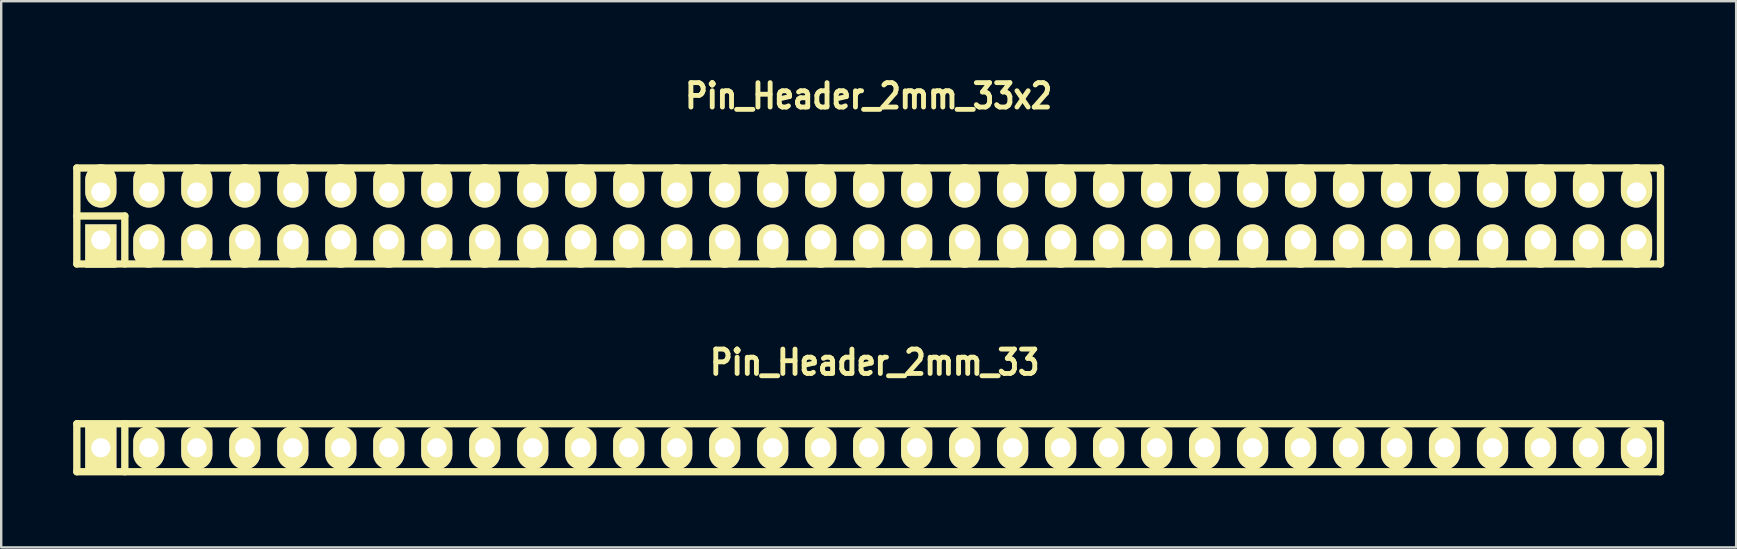
<source format=kicad_pcb>
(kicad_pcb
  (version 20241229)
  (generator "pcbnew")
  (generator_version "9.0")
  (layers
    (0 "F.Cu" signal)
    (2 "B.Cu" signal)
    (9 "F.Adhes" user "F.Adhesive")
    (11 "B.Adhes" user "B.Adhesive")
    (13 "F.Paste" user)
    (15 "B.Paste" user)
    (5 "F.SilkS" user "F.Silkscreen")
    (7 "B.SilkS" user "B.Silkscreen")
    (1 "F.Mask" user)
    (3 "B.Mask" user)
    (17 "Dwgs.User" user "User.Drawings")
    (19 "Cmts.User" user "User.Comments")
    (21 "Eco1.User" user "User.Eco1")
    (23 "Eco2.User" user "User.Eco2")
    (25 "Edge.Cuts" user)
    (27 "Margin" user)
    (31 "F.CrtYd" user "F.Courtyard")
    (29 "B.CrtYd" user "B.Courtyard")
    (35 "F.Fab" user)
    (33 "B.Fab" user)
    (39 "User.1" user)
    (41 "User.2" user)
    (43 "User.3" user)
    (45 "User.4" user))
  (footprint "Pin_Header_2mm_33x2"
    (layer "F.Cu")
    (at 33.152 5.951)
    (property "Reference" "Pin_Header_2mm_33x2" (at 0 -5 0) (layer "F.SilkS") (effects (font (size 1.016 0.889) (thickness 0.203))))
    (attr through_hole)
    (fp_line (start -33 -2) (end 33 -2) (stroke (width 0.305) (type solid)) (layer "F.SilkS"))
    (fp_line (start -33 0) (end -31 0) (stroke (width 0.305) (type solid)) (layer "F.SilkS"))
    (fp_line (start -33 2) (end -33 -2) (stroke (width 0.305) (type solid)) (layer "F.SilkS"))
    (fp_line (start -31 0) (end -31 2) (stroke (width 0.305) (type solid)) (layer "F.SilkS"))
    (fp_line (start 33 -2) (end 33 2) (stroke (width 0.305) (type solid)) (layer "F.SilkS"))
    (fp_line (start 33 2) (end -33 2) (stroke (width 0.305) (type solid)) (layer "F.SilkS"))
    (pad "1" thru_hole rect (at -32 1) (size 1.3 1.8) (drill 0.8 (offset 0 0.25)) (layers "*.Cu" "*.Mask" "F.SilkS"))
    (pad "2" thru_hole oval (at -32 -1) (size 1.3 1.8) (drill 0.8 (offset 0 -0.25)) (layers "*.Cu" "*.Mask" "F.SilkS"))
    (pad "3" thru_hole oval (at -30 1) (size 1.3 1.8) (drill 0.8 (offset 0 0.25)) (layers "*.Cu" "*.Mask" "F.SilkS"))
    (pad "4" thru_hole oval (at -30 -1) (size 1.3 1.8) (drill 0.8 (offset 0 -0.25)) (layers "*.Cu" "*.Mask" "F.SilkS"))
    (pad "5" thru_hole oval (at -28 1) (size 1.3 1.8) (drill 0.8 (offset 0 0.25)) (layers "*.Cu" "*.Mask" "F.SilkS"))
    (pad "6" thru_hole oval (at -28 -1) (size 1.3 1.8) (drill 0.8 (offset 0 -0.25)) (layers "*.Cu" "*.Mask" "F.SilkS"))
    (pad "7" thru_hole oval (at -26 1) (size 1.3 1.8) (drill 0.8 (offset 0 0.25)) (layers "*.Cu" "*.Mask" "F.SilkS"))
    (pad "8" thru_hole oval (at -26 -1) (size 1.3 1.8) (drill 0.8 (offset 0 -0.25)) (layers "*.Cu" "*.Mask" "F.SilkS"))
    (pad "9" thru_hole oval (at -24 1) (size 1.3 1.8) (drill 0.8 (offset 0 0.25)) (layers "*.Cu" "*.Mask" "F.SilkS"))
    (pad "10" thru_hole oval (at -24 -1) (size 1.3 1.8) (drill 0.8 (offset 0 -0.25)) (layers "*.Cu" "*.Mask" "F.SilkS"))
    (pad "11" thru_hole oval (at -22 1) (size 1.3 1.8) (drill 0.8 (offset 0 0.25)) (layers "*.Cu" "*.Mask" "F.SilkS"))
    (pad "12" thru_hole oval (at -22 -1) (size 1.3 1.8) (drill 0.8 (offset 0 -0.25)) (layers "*.Cu" "*.Mask" "F.SilkS"))
    (pad "13" thru_hole oval (at -20 1) (size 1.3 1.8) (drill 0.8 (offset 0 0.25)) (layers "*.Cu" "*.Mask" "F.SilkS"))
    (pad "14" thru_hole oval (at -20 -1) (size 1.3 1.8) (drill 0.8 (offset 0 -0.25)) (layers "*.Cu" "*.Mask" "F.SilkS"))
    (pad "15" thru_hole oval (at -18 1) (size 1.3 1.8) (drill 0.8 (offset 0 0.25)) (layers "*.Cu" "*.Mask" "F.SilkS"))
    (pad "16" thru_hole oval (at -18 -1) (size 1.3 1.8) (drill 0.8 (offset 0 -0.25)) (layers "*.Cu" "*.Mask" "F.SilkS"))
    (pad "17" thru_hole oval (at -16 1) (size 1.3 1.8) (drill 0.8 (offset 0 0.25)) (layers "*.Cu" "*.Mask" "F.SilkS"))
    (pad "18" thru_hole oval (at -16 -1) (size 1.3 1.8) (drill 0.8 (offset 0 -0.25)) (layers "*.Cu" "*.Mask" "F.SilkS"))
    (pad "19" thru_hole oval (at -14 1) (size 1.3 1.8) (drill 0.8 (offset 0 0.25)) (layers "*.Cu" "*.Mask" "F.SilkS"))
    (pad "20" thru_hole oval (at -14 -1) (size 1.3 1.8) (drill 0.8 (offset 0 -0.25)) (layers "*.Cu" "*.Mask" "F.SilkS"))
    (pad "21" thru_hole oval (at -12 1) (size 1.3 1.8) (drill 0.8 (offset 0 0.25)) (layers "*.Cu" "*.Mask" "F.SilkS"))
    (pad "22" thru_hole oval (at -12 -1) (size 1.3 1.8) (drill 0.8 (offset 0 -0.25)) (layers "*.Cu" "*.Mask" "F.SilkS"))
    (pad "23" thru_hole oval (at -10 1) (size 1.3 1.8) (drill 0.8 (offset 0 0.25)) (layers "*.Cu" "*.Mask" "F.SilkS"))
    (pad "24" thru_hole oval (at -10 -1) (size 1.3 1.8) (drill 0.8 (offset 0 -0.25)) (layers "*.Cu" "*.Mask" "F.SilkS"))
    (pad "25" thru_hole oval (at -8 1) (size 1.3 1.8) (drill 0.8 (offset 0 0.25)) (layers "*.Cu" "*.Mask" "F.SilkS"))
    (pad "26" thru_hole oval (at -8 -1) (size 1.3 1.8) (drill 0.8 (offset 0 -0.25)) (layers "*.Cu" "*.Mask" "F.SilkS"))
    (pad "27" thru_hole oval (at -6 1) (size 1.3 1.8) (drill 0.8 (offset 0 0.25)) (layers "*.Cu" "*.Mask" "F.SilkS"))
    (pad "28" thru_hole oval (at -6 -1) (size 1.3 1.8) (drill 0.8 (offset 0 -0.25)) (layers "*.Cu" "*.Mask" "F.SilkS"))
    (pad "29" thru_hole oval (at -4 1) (size 1.3 1.8) (drill 0.8 (offset 0 0.25)) (layers "*.Cu" "*.Mask" "F.SilkS"))
    (pad "30" thru_hole oval (at -4 -1) (size 1.3 1.8) (drill 0.8 (offset 0 -0.25)) (layers "*.Cu" "*.Mask" "F.SilkS"))
    (pad "31" thru_hole oval (at -2 1) (size 1.3 1.8) (drill 0.8 (offset 0 0.25)) (layers "*.Cu" "*.Mask" "F.SilkS"))
    (pad "32" thru_hole oval (at -2 -1) (size 1.3 1.8) (drill 0.8 (offset 0 -0.25)) (layers "*.Cu" "*.Mask" "F.SilkS"))
    (pad "33" thru_hole oval (at 0 1) (size 1.3 1.8) (drill 0.8 (offset 0 0.25)) (layers "*.Cu" "*.Mask" "F.SilkS"))
    (pad "34" thru_hole oval (at 0 -1) (size 1.3 1.8) (drill 0.8 (offset 0 -0.25)) (layers "*.Cu" "*.Mask" "F.SilkS"))
    (pad "35" thru_hole oval (at 2 1) (size 1.3 1.8) (drill 0.8 (offset 0 0.25)) (layers "*.Cu" "*.Mask" "F.SilkS"))
    (pad "36" thru_hole oval (at 2 -1) (size 1.3 1.8) (drill 0.8 (offset 0 -0.25)) (layers "*.Cu" "*.Mask" "F.SilkS"))
    (pad "37" thru_hole oval (at 4 1) (size 1.3 1.8) (drill 0.8 (offset 0 0.25)) (layers "*.Cu" "*.Mask" "F.SilkS"))
    (pad "38" thru_hole oval (at 4 -1) (size 1.3 1.8) (drill 0.8 (offset 0 -0.25)) (layers "*.Cu" "*.Mask" "F.SilkS"))
    (pad "39" thru_hole oval (at 6 1) (size 1.3 1.8) (drill 0.8 (offset 0 0.25)) (layers "*.Cu" "*.Mask" "F.SilkS"))
    (pad "40" thru_hole oval (at 6 -1) (size 1.3 1.8) (drill 0.8 (offset 0 -0.25)) (layers "*.Cu" "*.Mask" "F.SilkS"))
    (pad "41" thru_hole oval (at 8 1) (size 1.3 1.8) (drill 0.8 (offset 0 0.25)) (layers "*.Cu" "*.Mask" "F.SilkS"))
    (pad "42" thru_hole oval (at 8 -1) (size 1.3 1.8) (drill 0.8 (offset 0 -0.25)) (layers "*.Cu" "*.Mask" "F.SilkS"))
    (pad "43" thru_hole oval (at 10 1) (size 1.3 1.8) (drill 0.8 (offset 0 0.25)) (layers "*.Cu" "*.Mask" "F.SilkS"))
    (pad "44" thru_hole oval (at 10 -1) (size 1.3 1.8) (drill 0.8 (offset 0 -0.25)) (layers "*.Cu" "*.Mask" "F.SilkS"))
    (pad "45" thru_hole oval (at 12 1) (size 1.3 1.8) (drill 0.8 (offset 0 0.25)) (layers "*.Cu" "*.Mask" "F.SilkS"))
    (pad "46" thru_hole oval (at 12 -1) (size 1.3 1.8) (drill 0.8 (offset 0 -0.25)) (layers "*.Cu" "*.Mask" "F.SilkS"))
    (pad "47" thru_hole oval (at 14 1) (size 1.3 1.8) (drill 0.8 (offset 0 0.25)) (layers "*.Cu" "*.Mask" "F.SilkS"))
    (pad "48" thru_hole oval (at 14 -1) (size 1.3 1.8) (drill 0.8 (offset 0 -0.25)) (layers "*.Cu" "*.Mask" "F.SilkS"))
    (pad "49" thru_hole oval (at 16 1) (size 1.3 1.8) (drill 0.8 (offset 0 0.25)) (layers "*.Cu" "*.Mask" "F.SilkS"))
    (pad "50" thru_hole oval (at 16 -1) (size 1.3 1.8) (drill 0.8 (offset 0 -0.25)) (layers "*.Cu" "*.Mask" "F.SilkS"))
    (pad "51" thru_hole oval (at 18 1) (size 1.3 1.8) (drill 0.8 (offset 0 0.25)) (layers "*.Cu" "*.Mask" "F.SilkS"))
    (pad "52" thru_hole oval (at 18 -1) (size 1.3 1.8) (drill 0.8 (offset 0 -0.25)) (layers "*.Cu" "*.Mask" "F.SilkS"))
    (pad "53" thru_hole oval (at 20 1) (size 1.3 1.8) (drill 0.8 (offset 0 0.25)) (layers "*.Cu" "*.Mask" "F.SilkS"))
    (pad "54" thru_hole oval (at 20 -1) (size 1.3 1.8) (drill 0.8 (offset 0 -0.25)) (layers "*.Cu" "*.Mask" "F.SilkS"))
    (pad "55" thru_hole oval (at 22 1) (size 1.3 1.8) (drill 0.8 (offset 0 0.25)) (layers "*.Cu" "*.Mask" "F.SilkS"))
    (pad "56" thru_hole oval (at 22 -1) (size 1.3 1.8) (drill 0.8 (offset 0 -0.25)) (layers "*.Cu" "*.Mask" "F.SilkS"))
    (pad "57" thru_hole oval (at 24 1) (size 1.3 1.8) (drill 0.8 (offset 0 0.25)) (layers "*.Cu" "*.Mask" "F.SilkS"))
    (pad "58" thru_hole oval (at 24 -1) (size 1.3 1.8) (drill 0.8 (offset 0 -0.25)) (layers "*.Cu" "*.Mask" "F.SilkS"))
    (pad "59" thru_hole oval (at 26 1) (size 1.3 1.8) (drill 0.8 (offset 0 0.25)) (layers "*.Cu" "*.Mask" "F.SilkS"))
    (pad "60" thru_hole oval (at 26 -1) (size 1.3 1.8) (drill 0.8 (offset 0 -0.25)) (layers "*.Cu" "*.Mask" "F.SilkS"))
    (pad "61" thru_hole oval (at 28 1) (size 1.3 1.8) (drill 0.8 (offset 0 0.25)) (layers "*.Cu" "*.Mask" "F.SilkS"))
    (pad "62" thru_hole oval (at 28 -1) (size 1.3 1.8) (drill 0.8 (offset 0 -0.25)) (layers "*.Cu" "*.Mask" "F.SilkS"))
    (pad "63" thru_hole oval (at 30 1) (size 1.3 1.8) (drill 0.8 (offset 0 0.25)) (layers "*.Cu" "*.Mask" "F.SilkS"))
    (pad "64" thru_hole oval (at 30 -1) (size 1.3 1.8) (drill 0.8 (offset 0 -0.25)) (layers "*.Cu" "*.Mask" "F.SilkS"))
    (pad "65" thru_hole oval (at 32 1) (size 1.3 1.8) (drill 0.8 (offset 0 0.25)) (layers "*.Cu" "*.Mask" "F.SilkS"))
    (pad "66" thru_hole oval (at 32 -1) (size 1.3 1.8) (drill 0.8 (offset 0 -0.25)) (layers "*.Cu" "*.Mask" "F.SilkS")))
  (footprint "Pin_Header_2mm_33"
    (layer "F.Cu")
    (at 33.152 15.61)
    (property "Reference" "Pin_Header_2mm_33" (at 0.254 -3.556 0) (layer "F.SilkS") (effects (font (size 1.016 0.889) (thickness 0.203))))
    (attr through_hole)
    (fp_line (start -33 -1) (end 33 -1) (stroke (width 0.305) (type solid)) (layer "F.SilkS"))
    (fp_line (start -33 1) (end -33 -1) (stroke (width 0.305) (type solid)) (layer "F.SilkS"))
    (fp_line (start -31 -1) (end -31 1) (stroke (width 0.305) (type solid)) (layer "F.SilkS"))
    (fp_line (start 33 -1) (end 33 1) (stroke (width 0.305) (type solid)) (layer "F.SilkS"))
    (fp_line (start 33 1) (end -33 1) (stroke (width 0.305) (type solid)) (layer "F.SilkS"))
    (pad "1" thru_hole rect (at -32 0) (size 1.3 1.8) (drill 0.8) (layers "*.Cu" "*.Mask" "F.SilkS"))
    (pad "2" thru_hole oval (at -30 0) (size 1.3 1.8) (drill 0.8) (layers "*.Cu" "*.Mask" "F.SilkS"))
    (pad "3" thru_hole oval (at -28 0) (size 1.3 1.8) (drill 0.8) (layers "*.Cu" "*.Mask" "F.SilkS"))
    (pad "4" thru_hole oval (at -26 0) (size 1.3 1.8) (drill 0.8) (layers "*.Cu" "*.Mask" "F.SilkS"))
    (pad "5" thru_hole oval (at -24 0) (size 1.3 1.8) (drill 0.8) (layers "*.Cu" "*.Mask" "F.SilkS"))
    (pad "6" thru_hole oval (at -22 0) (size 1.3 1.8) (drill 0.8) (layers "*.Cu" "*.Mask" "F.SilkS"))
    (pad "7" thru_hole oval (at -20 0) (size 1.3 1.8) (drill 0.8) (layers "*.Cu" "*.Mask" "F.SilkS"))
    (pad "8" thru_hole oval (at -18 0) (size 1.3 1.8) (drill 0.8) (layers "*.Cu" "*.Mask" "F.SilkS"))
    (pad "9" thru_hole oval (at -16 0) (size 1.3 1.8) (drill 0.8) (layers "*.Cu" "*.Mask" "F.SilkS"))
    (pad "10" thru_hole oval (at -14 0) (size 1.3 1.8) (drill 0.8) (layers "*.Cu" "*.Mask" "F.SilkS"))
    (pad "11" thru_hole oval (at -12 0) (size 1.3 1.8) (drill 0.8) (layers "*.Cu" "*.Mask" "F.SilkS"))
    (pad "12" thru_hole oval (at -10 0) (size 1.3 1.8) (drill 0.8) (layers "*.Cu" "*.Mask" "F.SilkS"))
    (pad "13" thru_hole oval (at -8 0) (size 1.3 1.8) (drill 0.8) (layers "*.Cu" "*.Mask" "F.SilkS"))
    (pad "14" thru_hole oval (at -6 0) (size 1.3 1.8) (drill 0.8) (layers "*.Cu" "*.Mask" "F.SilkS"))
    (pad "15" thru_hole oval (at -4 0) (size 1.3 1.8) (drill 0.8) (layers "*.Cu" "*.Mask" "F.SilkS"))
    (pad "16" thru_hole oval (at -2 0) (size 1.3 1.8) (drill 0.8) (layers "*.Cu" "*.Mask" "F.SilkS"))
    (pad "17" thru_hole oval (at 0 0) (size 1.3 1.8) (drill 0.8) (layers "*.Cu" "*.Mask" "F.SilkS"))
    (pad "18" thru_hole oval (at 2 0) (size 1.3 1.8) (drill 0.8) (layers "*.Cu" "*.Mask" "F.SilkS"))
    (pad "19" thru_hole oval (at 4 0) (size 1.3 1.8) (drill 0.8) (layers "*.Cu" "*.Mask" "F.SilkS"))
    (pad "20" thru_hole oval (at 6 0) (size 1.3 1.8) (drill 0.8) (layers "*.Cu" "*.Mask" "F.SilkS"))
    (pad "21" thru_hole oval (at 8 0) (size 1.3 1.8) (drill 0.8) (layers "*.Cu" "*.Mask" "F.SilkS"))
    (pad "22" thru_hole oval (at 10 0) (size 1.3 1.8) (drill 0.8) (layers "*.Cu" "*.Mask" "F.SilkS"))
    (pad "23" thru_hole oval (at 12 0) (size 1.3 1.8) (drill 0.8) (layers "*.Cu" "*.Mask" "F.SilkS"))
    (pad "24" thru_hole oval (at 14 0) (size 1.3 1.8) (drill 0.8) (layers "*.Cu" "*.Mask" "F.SilkS"))
    (pad "25" thru_hole oval (at 16 0) (size 1.3 1.8) (drill 0.8) (layers "*.Cu" "*.Mask" "F.SilkS"))
    (pad "26" thru_hole oval (at 18 0) (size 1.3 1.8) (drill 0.8) (layers "*.Cu" "*.Mask" "F.SilkS"))
    (pad "27" thru_hole oval (at 20 0) (size 1.3 1.8) (drill 0.8) (layers "*.Cu" "*.Mask" "F.SilkS"))
    (pad "28" thru_hole oval (at 22 0) (size 1.3 1.8) (drill 0.8) (layers "*.Cu" "*.Mask" "F.SilkS"))
    (pad "29" thru_hole oval (at 24 0) (size 1.3 1.8) (drill 0.8) (layers "*.Cu" "*.Mask" "F.SilkS"))
    (pad "30" thru_hole oval (at 26 0) (size 1.3 1.8) (drill 0.8) (layers "*.Cu" "*.Mask" "F.SilkS"))
    (pad "31" thru_hole oval (at 28 0) (size 1.3 1.8) (drill 0.8) (layers "*.Cu" "*.Mask" "F.SilkS"))
    (pad "32" thru_hole oval (at 30 0) (size 1.3 1.8) (drill 0.8) (layers "*.Cu" "*.Mask" "F.SilkS"))
    (pad "33" thru_hole oval (at 32 0) (size 1.3 1.8) (drill 0.8) (layers "*.Cu" "*.Mask" "F.SilkS")))
  (gr_rect
    (start -3 -3)
    (end 69.305 19.763)
    (stroke (width 0.1) (type default))
    (fill no)
    (layer "Edge.Cuts")))
</source>
